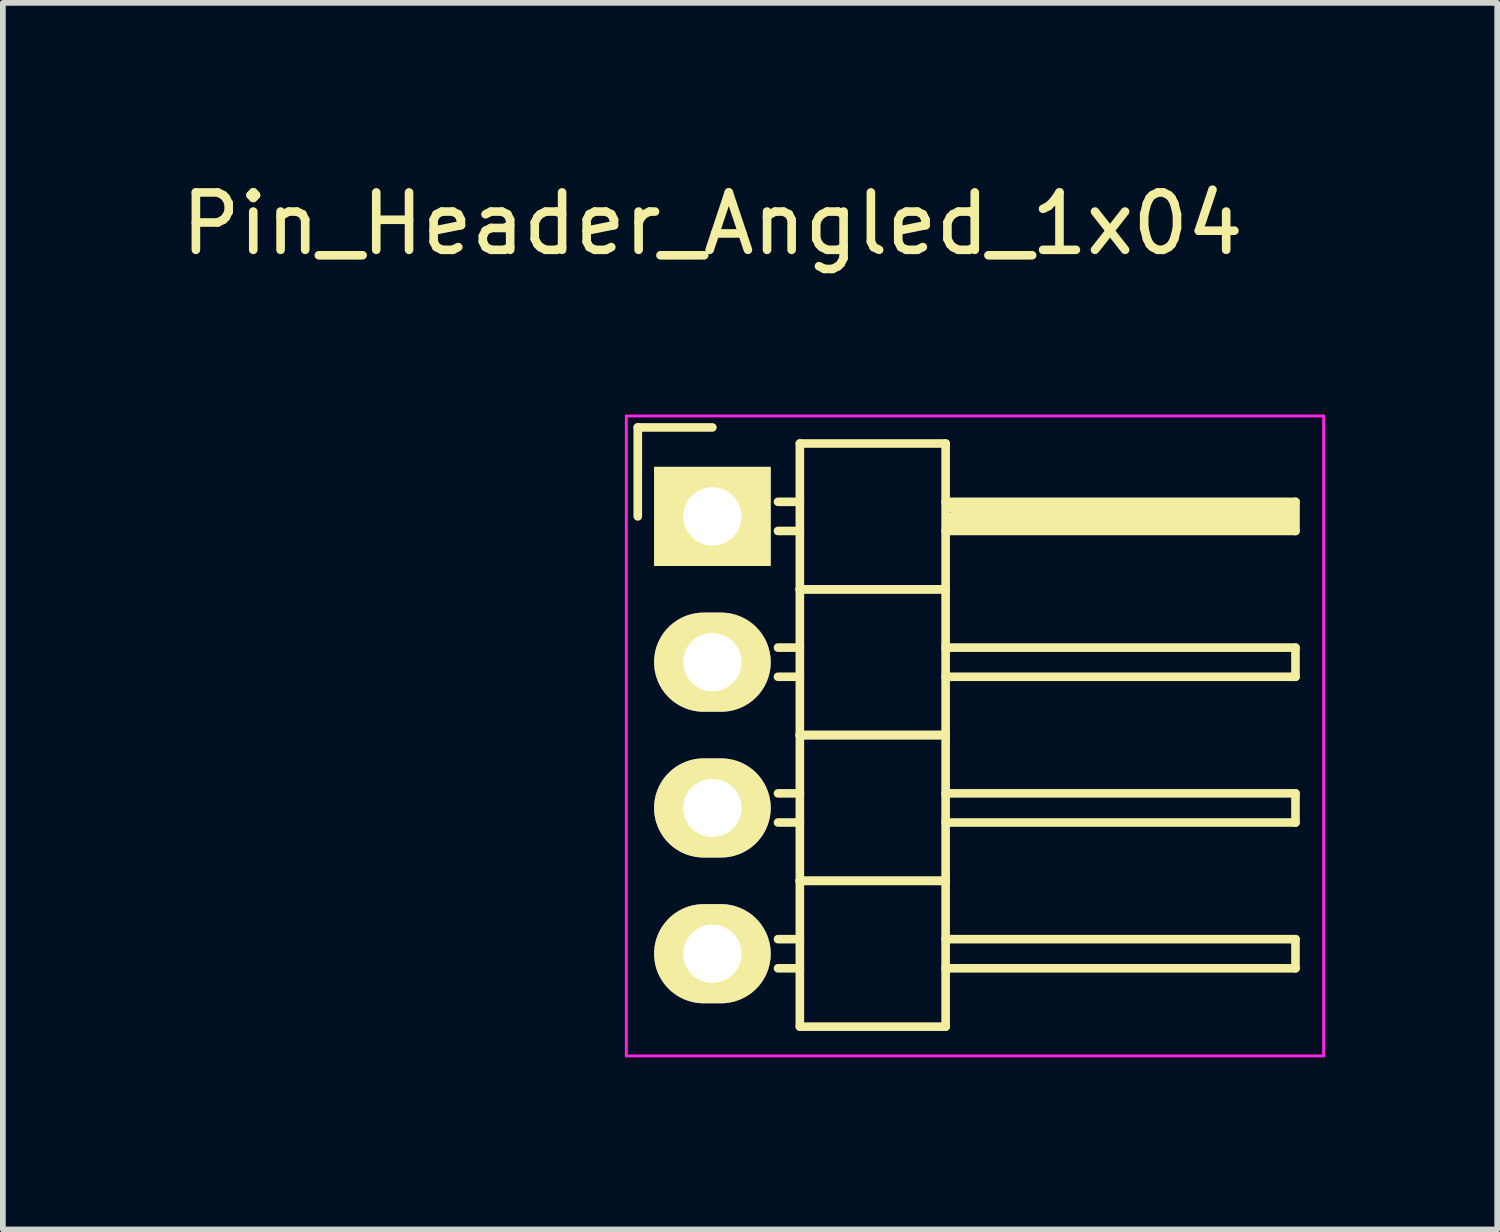
<source format=kicad_pcb>
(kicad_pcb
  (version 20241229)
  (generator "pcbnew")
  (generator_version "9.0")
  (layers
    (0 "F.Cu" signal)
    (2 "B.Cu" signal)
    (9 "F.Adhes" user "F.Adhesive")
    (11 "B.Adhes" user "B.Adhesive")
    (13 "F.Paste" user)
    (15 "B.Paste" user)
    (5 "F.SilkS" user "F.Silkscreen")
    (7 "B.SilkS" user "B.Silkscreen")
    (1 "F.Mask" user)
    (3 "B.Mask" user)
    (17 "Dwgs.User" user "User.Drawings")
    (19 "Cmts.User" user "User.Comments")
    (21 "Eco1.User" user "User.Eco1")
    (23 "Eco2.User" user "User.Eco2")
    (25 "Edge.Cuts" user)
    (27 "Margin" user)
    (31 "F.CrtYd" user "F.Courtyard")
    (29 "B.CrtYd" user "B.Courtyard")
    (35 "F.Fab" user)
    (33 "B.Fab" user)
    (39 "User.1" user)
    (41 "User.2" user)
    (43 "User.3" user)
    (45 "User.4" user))
  (footprint "Pin_Header_Angled_1x04"
    (layer "F.Cu")
    (at 9.363 5.948)
    (property "Reference" "Pin_Header_Angled_1x04" (at 0 -5.1 0) (layer "F.SilkS") (effects (font (size 1 1) (thickness 0.15))))
    (attr through_hole)
    (fp_line (start -1.3 -1.55) (end -1.3 0) (stroke (width 0.15) (type solid)) (layer "F.SilkS"))
    (fp_line (start 0 -1.55) (end -1.3 -1.55) (stroke (width 0.15) (type solid)) (layer "F.SilkS"))
    (fp_line (start 1.524 -1.27) (end 1.524 1.27) (stroke (width 0.15) (type solid)) (layer "F.SilkS"))
    (fp_line (start 1.524 -1.27) (end 4.064 -1.27) (stroke (width 0.15) (type solid)) (layer "F.SilkS"))
    (fp_line (start 1.524 -0.254) (end 1.143 -0.254) (stroke (width 0.15) (type solid)) (layer "F.SilkS"))
    (fp_line (start 1.524 0.254) (end 1.143 0.254) (stroke (width 0.15) (type solid)) (layer "F.SilkS"))
    (fp_line (start 1.524 1.27) (end 1.524 3.81) (stroke (width 0.15) (type solid)) (layer "F.SilkS"))
    (fp_line (start 1.524 1.27) (end 4.064 1.27) (stroke (width 0.15) (type solid)) (layer "F.SilkS"))
    (fp_line (start 1.524 1.27) (end 4.064 1.27) (stroke (width 0.15) (type solid)) (layer "F.SilkS"))
    (fp_line (start 1.524 2.286) (end 1.143 2.286) (stroke (width 0.15) (type solid)) (layer "F.SilkS"))
    (fp_line (start 1.524 2.794) (end 1.143 2.794) (stroke (width 0.15) (type solid)) (layer "F.SilkS"))
    (fp_line (start 1.524 3.81) (end 1.524 6.35) (stroke (width 0.15) (type solid)) (layer "F.SilkS"))
    (fp_line (start 1.524 3.81) (end 4.064 3.81) (stroke (width 0.15) (type solid)) (layer "F.SilkS"))
    (fp_line (start 1.524 3.81) (end 4.064 3.81) (stroke (width 0.15) (type solid)) (layer "F.SilkS"))
    (fp_line (start 1.524 4.826) (end 1.143 4.826) (stroke (width 0.15) (type solid)) (layer "F.SilkS"))
    (fp_line (start 1.524 5.334) (end 1.143 5.334) (stroke (width 0.15) (type solid)) (layer "F.SilkS"))
    (fp_line (start 1.524 6.35) (end 1.524 8.89) (stroke (width 0.15) (type solid)) (layer "F.SilkS"))
    (fp_line (start 1.524 6.35) (end 4.064 6.35) (stroke (width 0.15) (type solid)) (layer "F.SilkS"))
    (fp_line (start 1.524 6.35) (end 4.064 6.35) (stroke (width 0.15) (type solid)) (layer "F.SilkS"))
    (fp_line (start 1.524 7.366) (end 1.143 7.366) (stroke (width 0.15) (type solid)) (layer "F.SilkS"))
    (fp_line (start 1.524 7.874) (end 1.143 7.874) (stroke (width 0.15) (type solid)) (layer "F.SilkS"))
    (fp_line (start 1.524 8.89) (end 4.064 8.89) (stroke (width 0.15) (type solid)) (layer "F.SilkS"))
    (fp_line (start 4.064 -0.254) (end 10.16 -0.254) (stroke (width 0.15) (type solid)) (layer "F.SilkS"))
    (fp_line (start 4.064 1.27) (end 4.064 -1.27) (stroke (width 0.15) (type solid)) (layer "F.SilkS"))
    (fp_line (start 4.064 2.286) (end 10.16 2.286) (stroke (width 0.15) (type solid)) (layer "F.SilkS"))
    (fp_line (start 4.064 3.81) (end 4.064 1.27) (stroke (width 0.15) (type solid)) (layer "F.SilkS"))
    (fp_line (start 4.064 4.826) (end 10.16 4.826) (stroke (width 0.15) (type solid)) (layer "F.SilkS"))
    (fp_line (start 4.064 6.35) (end 4.064 3.81) (stroke (width 0.15) (type solid)) (layer "F.SilkS"))
    (fp_line (start 4.064 7.366) (end 10.16 7.366) (stroke (width 0.15) (type solid)) (layer "F.SilkS"))
    (fp_line (start 4.064 8.89) (end 4.064 6.35) (stroke (width 0.15) (type solid)) (layer "F.SilkS"))
    (fp_line (start 4.191 -0.127) (end 10.033 -0.127) (stroke (width 0.15) (type solid)) (layer "F.SilkS"))
    (fp_line (start 4.191 0) (end 10.033 0) (stroke (width 0.15) (type solid)) (layer "F.SilkS"))
    (fp_line (start 4.191 0.127) (end 4.191 0) (stroke (width 0.15) (type solid)) (layer "F.SilkS"))
    (fp_line (start 10.033 -0.127) (end 10.033 0.127) (stroke (width 0.15) (type solid)) (layer "F.SilkS"))
    (fp_line (start 10.033 0.127) (end 4.191 0.127) (stroke (width 0.15) (type solid)) (layer "F.SilkS"))
    (fp_line (start 10.16 -0.254) (end 10.16 0.254) (stroke (width 0.15) (type solid)) (layer "F.SilkS"))
    (fp_line (start 10.16 0.254) (end 4.064 0.254) (stroke (width 0.15) (type solid)) (layer "F.SilkS"))
    (fp_line (start 10.16 2.286) (end 10.16 2.794) (stroke (width 0.15) (type solid)) (layer "F.SilkS"))
    (fp_line (start 10.16 2.794) (end 4.064 2.794) (stroke (width 0.15) (type solid)) (layer "F.SilkS"))
    (fp_line (start 10.16 4.826) (end 10.16 5.334) (stroke (width 0.15) (type solid)) (layer "F.SilkS"))
    (fp_line (start 10.16 5.334) (end 4.064 5.334) (stroke (width 0.15) (type solid)) (layer "F.SilkS"))
    (fp_line (start 10.16 7.366) (end 10.16 7.874) (stroke (width 0.15) (type solid)) (layer "F.SilkS"))
    (fp_line (start 10.16 7.874) (end 4.064 7.874) (stroke (width 0.15) (type solid)) (layer "F.SilkS"))
    (fp_line (start -1.5 -1.75) (end -1.5 9.4) (stroke (width 0.05) (type solid)) (layer "F.CrtYd"))
    (fp_line (start -1.5 -1.75) (end 10.65 -1.75) (stroke (width 0.05) (type solid)) (layer "F.CrtYd"))
    (fp_line (start -1.5 9.4) (end 10.65 9.4) (stroke (width 0.05) (type solid)) (layer "F.CrtYd"))
    (fp_line (start 10.65 -1.75) (end 10.65 9.4) (stroke (width 0.05) (type solid)) (layer "F.CrtYd"))
    (pad "1" thru_hole rect (at 0 0) (size 2.032 1.727) (drill 1.016) (layers "*.Cu" "*.Mask" "F.SilkS"))
    (pad "2" thru_hole oval (at 0 2.54) (size 2.032 1.727) (drill 1.016) (layers "*.Cu" "*.Mask" "F.SilkS"))
    (pad "3" thru_hole oval (at 0 5.08) (size 2.032 1.727) (drill 1.016) (layers "*.Cu" "*.Mask" "F.SilkS"))
    (pad "4" thru_hole oval (at 0 7.62) (size 2.032 1.727) (drill 1.016) (layers "*.Cu" "*.Mask" "F.SilkS")))
  (gr_rect
    (start -3 -3)
    (end 23.038 18.373)
    (stroke (width 0.1) (type default))
    (fill no)
    (layer "Edge.Cuts")))
</source>
